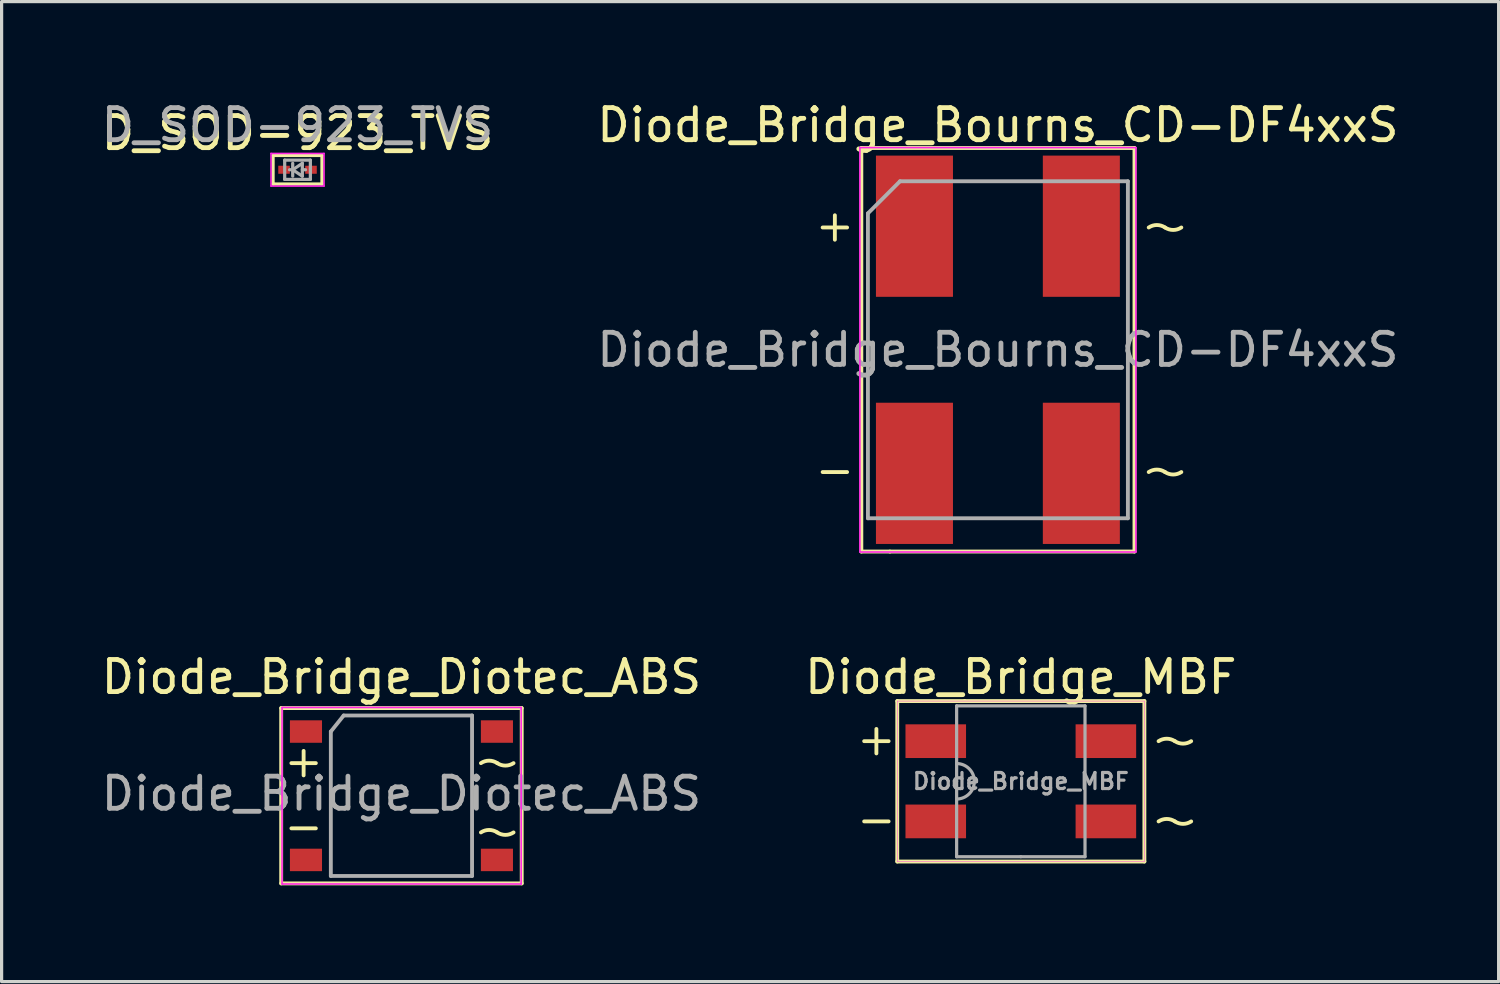
<source format=kicad_pcb>
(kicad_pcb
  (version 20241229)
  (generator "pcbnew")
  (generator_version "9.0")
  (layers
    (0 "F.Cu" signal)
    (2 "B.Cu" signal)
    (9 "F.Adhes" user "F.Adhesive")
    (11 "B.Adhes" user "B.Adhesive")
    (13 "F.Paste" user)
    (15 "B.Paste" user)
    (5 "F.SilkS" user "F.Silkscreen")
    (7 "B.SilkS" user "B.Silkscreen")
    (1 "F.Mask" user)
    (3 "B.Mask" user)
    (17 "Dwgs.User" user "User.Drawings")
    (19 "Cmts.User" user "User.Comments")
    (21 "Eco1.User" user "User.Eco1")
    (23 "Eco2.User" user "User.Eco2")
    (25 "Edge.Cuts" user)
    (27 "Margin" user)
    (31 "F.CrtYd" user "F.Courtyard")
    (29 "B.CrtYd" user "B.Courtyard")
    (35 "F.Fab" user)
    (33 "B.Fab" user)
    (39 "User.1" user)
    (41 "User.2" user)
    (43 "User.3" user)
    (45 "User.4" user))
  (footprint "Diode_Bridge_MBF"
    (layer "F.Cu")
    (at 28.756 21.293)
    (property "Reference" "Diode_Bridge_MBF" (at 0 -3.25 0) (unlocked yes) (layer "F.SilkS") (effects (font (size 1 1) (thickness 0.15))))
    (fp_line (start -4.881 -1.25) (end -4.119 -1.25) (stroke (width 0.12) (type solid)) (layer "F.SilkS"))
    (fp_line (start -4.881 1.25) (end -4.119 1.25) (stroke (width 0.12) (type solid)) (layer "F.SilkS"))
    (fp_line (start -4.5 -1.631) (end -4.5 -0.869) (stroke (width 0.12) (type solid)) (layer "F.SilkS"))
    (fp_line (start -3.85 -2.5) (end -3.85 2.5) (stroke (width 0.12) (type solid)) (layer "F.SilkS"))
    (fp_line (start -3.85 2.5) (end 3.85 2.5) (stroke (width 0.12) (type solid)) (layer "F.SilkS"))
    (fp_line (start -1.75 -2.5) (end -3.85 -2.5) (stroke (width 0.12) (type solid)) (layer "F.SilkS"))
    (fp_line (start 3.85 -2.5) (end -1.75 -2.5) (stroke (width 0.12) (type solid)) (layer "F.SilkS"))
    (fp_line (start 3.85 -2.5) (end 3.85 2.5) (stroke (width 0.12) (type solid)) (layer "F.SilkS"))
    (fp_arc (start 4.291999 1.250001) (mid 4.545998 1.173096) (end 4.799997 1.250001) (stroke (width 0.12) (type solid)) (layer "F.SilkS"))
    (fp_arc (start 4.292002 -1.25) (mid 4.546001 -1.326905) (end 4.8 -1.25) (stroke (width 0.12) (type solid)) (layer "F.SilkS"))
    (fp_arc (start 5.307998 1.25) (mid 5.053999 1.326905) (end 4.8 1.25) (stroke (width 0.12) (type solid)) (layer "F.SilkS"))
    (fp_arc (start 5.308001 -1.250001) (mid 5.054002 -1.173096) (end 4.800003 -1.250001) (stroke (width 0.12) (type solid)) (layer "F.SilkS"))
    (fp_line (start -3.85 -2.5) (end -3.85 2.5) (stroke (width 0.013) (type solid)) (layer "F.CrtYd"))
    (fp_line (start -3.85 2.5) (end 3.85 2.5) (stroke (width 0.013) (type solid)) (layer "F.CrtYd"))
    (fp_line (start 3.85 -2.5) (end -3.85 -2.5) (stroke (width 0.013) (type solid)) (layer "F.CrtYd"))
    (fp_line (start 3.85 2.5) (end 3.85 -2.5) (stroke (width 0.013) (type solid)) (layer "F.CrtYd"))
    (fp_line (start -2 -2.35) (end 2 -2.35) (stroke (width 0.1) (type solid)) (layer "F.Fab"))
    (fp_line (start -2 0) (end -2 -2.35) (stroke (width 0.1) (type solid)) (layer "F.Fab"))
    (fp_line (start -2 2.35) (end -2 0) (stroke (width 0.1) (type solid)) (layer "F.Fab"))
    (fp_line (start 0 2.35) (end -2 2.35) (stroke (width 0.1) (type solid)) (layer "F.Fab"))
    (fp_line (start 2 -2.35) (end 2 2.35) (stroke (width 0.1) (type solid)) (layer "F.Fab"))
    (fp_line (start 2 2.35) (end 0 2.35) (stroke (width 0.1) (type solid)) (layer "F.Fab"))
    (fp_arc (start -2 -0.552268) (mid -1.448299 -0.025026) (end -1.95 0.55) (stroke (width 0.1) (type solid)) (layer "F.Fab"))
    (fp_text user "${REFERENCE}" (at 0 0 0) (layer "F.Fab") (effects (font (size 0.5 0.5) (thickness 0.1))))
    (pad "1" smd rect (at -2.65 -1.25) (size 1.887 1.05) (layers "F.Cu" "F.Mask" "F.Paste"))
    (pad "2" smd rect (at -2.65 1.25) (size 1.887 1.05) (layers "F.Cu" "F.Mask" "F.Paste"))
    (pad "3" smd rect (at 2.65 1.25) (size 1.887 1.05) (layers "F.Cu" "F.Mask" "F.Paste"))
    (pad "4" smd rect (at 2.65 -1.25) (size 1.887 1.05) (layers "F.Cu" "F.Mask" "F.Paste")))
  (footprint "D_SOD-923_TVS"
    (layer "F.Cu")
    (at 6.22 2.239)
    (property "Reference" "D_SOD-923_TVS" (at 0 -1.143 0) (layer "F.SilkS") (effects (font (size 1 1) (thickness 0.15))))
    (attr smd)
    (fp_line (start -0.762 -0.445) (end -0.762 0.445) (stroke (width 0.1) (type solid)) (layer "F.SilkS"))
    (fp_line (start -0.762 0.445) (end 0.762 0.445) (stroke (width 0.1) (type solid)) (layer "F.SilkS"))
    (fp_line (start 0.762 -0.445) (end -0.762 -0.445) (stroke (width 0.1) (type solid)) (layer "F.SilkS"))
    (fp_line (start 0.762 0.445) (end 0.762 -0.445) (stroke (width 0.1) (type solid)) (layer "F.SilkS"))
    (fp_line (start -0.826 -0.508) (end -0.826 0.508) (stroke (width 0.05) (type solid)) (layer "F.CrtYd"))
    (fp_line (start -0.826 -0.508) (end 0.826 -0.508) (stroke (width 0.05) (type solid)) (layer "F.CrtYd"))
    (fp_line (start 0.826 -0.508) (end 0.826 0.508) (stroke (width 0.05) (type solid)) (layer "F.CrtYd"))
    (fp_line (start 0.826 0.508) (end -0.826 0.508) (stroke (width 0.05) (type solid)) (layer "F.CrtYd"))
    (fp_line (start -0.4 -0.3) (end 0.4 -0.3) (stroke (width 0.1) (type solid)) (layer "F.Fab"))
    (fp_line (start -0.4 0.3) (end -0.4 -0.3) (stroke (width 0.1) (type solid)) (layer "F.Fab"))
    (fp_line (start -0.15 0) (end -0.25 0) (stroke (width 0.1) (type solid)) (layer "F.Fab"))
    (fp_line (start -0.15 0) (end 0.15 0.2) (stroke (width 0.1) (type solid)) (layer "F.Fab"))
    (fp_line (start -0.15 0.2) (end -0.15 -0.2) (stroke (width 0.1) (type solid)) (layer "F.Fab"))
    (fp_line (start 0.15 -0.2) (end -0.15 0) (stroke (width 0.1) (type solid)) (layer "F.Fab"))
    (fp_line (start 0.15 0) (end 0.25 0) (stroke (width 0.1) (type solid)) (layer "F.Fab"))
    (fp_line (start 0.15 0.2) (end 0.15 -0.2) (stroke (width 0.1) (type solid)) (layer "F.Fab"))
    (fp_line (start 0.4 -0.3) (end 0.4 0.3) (stroke (width 0.1) (type solid)) (layer "F.Fab"))
    (fp_line (start 0.4 0.3) (end -0.4 0.3) (stroke (width 0.1) (type solid)) (layer "F.Fab"))
    (fp_text user "${REFERENCE}" (at 0 -1.391 0) (layer "F.Fab") (effects (font (size 1 1) (thickness 0.15))))
    (pad "1" smd rect (at -0.42 0 180) (size 0.36 0.25) (layers "F.Cu" "F.Mask" "F.Paste"))
    (pad "2" smd rect (at 0.42 0 180) (size 0.36 0.25) (layers "F.Cu" "F.Mask" "F.Paste")))
  (footprint "Diode_Bridge_Bourns_CD-DF4xxS"
    (layer "F.Cu")
    (at 28.042 7.848)
    (property "Reference" "Diode_Bridge_Bourns_CD-DF4xxS" (at 0 -7 0) (layer "F.SilkS") (effects (font (size 1 1) (thickness 0.15))))
    (attr smd)
    (fp_line (start -5.461 -3.81) (end -4.699 -3.81) (stroke (width 0.12) (type solid)) (layer "F.SilkS"))
    (fp_line (start -5.461 3.81) (end -4.699 3.81) (stroke (width 0.12) (type solid)) (layer "F.SilkS"))
    (fp_line (start -5.08 -4.191) (end -5.08 -3.429) (stroke (width 0.12) (type solid)) (layer "F.SilkS"))
    (fp_line (start -4.255 -6.287) (end 4.255 -6.287) (stroke (width 0.12) (type solid)) (layer "F.SilkS"))
    (fp_line (start -4.255 6.287) (end -4.255 -6.287) (stroke (width 0.12) (type solid)) (layer "F.SilkS"))
    (fp_line (start -3.365 6.287) (end -4.255 6.287) (stroke (width 0.12) (type solid)) (layer "F.SilkS"))
    (fp_line (start 4.255 -6.287) (end 4.255 6.287) (stroke (width 0.12) (type solid)) (layer "F.SilkS"))
    (fp_line (start 4.255 6.287) (end -3.365 6.287) (stroke (width 0.12) (type solid)) (layer "F.SilkS"))
    (fp_arc (start 4.699001 -3.809999) (mid 4.953 -3.886904) (end 5.206999 -3.809999) (stroke (width 0.12) (type solid)) (layer "F.SilkS"))
    (fp_arc (start 4.699001 3.810001) (mid 4.953 3.733096) (end 5.206999 3.810001) (stroke (width 0.12) (type solid)) (layer "F.SilkS"))
    (fp_arc (start 5.715 -3.81) (mid 5.461001 -3.733095) (end 5.207002 -3.81) (stroke (width 0.12) (type solid)) (layer "F.SilkS"))
    (fp_arc (start 5.715 3.81) (mid 5.461001 3.886905) (end 5.207002 3.81) (stroke (width 0.12) (type solid)) (layer "F.SilkS"))
    (fp_line (start -4.3 -6.3) (end -4.3 6.3) (stroke (width 0.05) (type solid)) (layer "F.CrtYd"))
    (fp_line (start -4.3 -6.3) (end 4.3 -6.3) (stroke (width 0.05) (type solid)) (layer "F.CrtYd"))
    (fp_line (start 4.3 6.3) (end -4.3 6.3) (stroke (width 0.05) (type solid)) (layer "F.CrtYd"))
    (fp_line (start 4.3 6.3) (end 4.3 -6.3) (stroke (width 0.05) (type solid)) (layer "F.CrtYd"))
    (fp_line (start -4.05 -4.25) (end -3.05 -5.25) (stroke (width 0.12) (type solid)) (layer "F.Fab"))
    (fp_line (start -4.05 5.25) (end -4.05 -4.25) (stroke (width 0.12) (type solid)) (layer "F.Fab"))
    (fp_line (start -3.05 -5.25) (end 4.05 -5.25) (stroke (width 0.12) (type solid)) (layer "F.Fab"))
    (fp_line (start 4.05 -5.25) (end 4.05 5.25) (stroke (width 0.12) (type solid)) (layer "F.Fab"))
    (fp_line (start 4.05 5.25) (end -4.05 5.25) (stroke (width 0.12) (type solid)) (layer "F.Fab"))
    (fp_text user "${REFERENCE}" (at 0 0 0) (layer "F.Fab") (effects (font (size 1 1) (thickness 0.15))))
    (pad "1" smd rect (at -2.6 -3.85) (size 2.4 4.4) (layers "F.Cu" "F.Mask" "F.Paste"))
    (pad "2" smd rect (at -2.6 3.85) (size 2.4 4.4) (layers "F.Cu" "F.Mask" "F.Paste"))
    (pad "3" smd rect (at 2.6 3.85) (size 2.4 4.4) (layers "F.Cu" "F.Mask" "F.Paste"))
    (pad "4" smd rect (at 2.6 -3.85) (size 2.4 4.4) (layers "F.Cu" "F.Mask" "F.Paste")))
  (footprint "Diode_Bridge_Diotec_ABS"
    (layer "F.Cu")
    (at 9.458 21.743)
    (property "Reference" "Diode_Bridge_Diotec_ABS" (at 0 -3.7 0) (layer "F.SilkS") (effects (font (size 1 1) (thickness 0.15))))
    (attr smd)
    (fp_line (start -3.747 -2.731) (end -3.747 2.731) (stroke (width 0.12) (type solid)) (layer "F.SilkS"))
    (fp_line (start -3.747 2.731) (end 3.747 2.731) (stroke (width 0.12) (type solid)) (layer "F.SilkS"))
    (fp_line (start -3.429 -1.016) (end -2.667 -1.016) (stroke (width 0.12) (type solid)) (layer "F.SilkS"))
    (fp_line (start -3.429 1.016) (end -2.667 1.016) (stroke (width 0.12) (type solid)) (layer "F.SilkS"))
    (fp_line (start -3.048 -1.397) (end -3.048 -0.635) (stroke (width 0.12) (type solid)) (layer "F.SilkS"))
    (fp_line (start 3.747 -2.731) (end -3.747 -2.731) (stroke (width 0.12) (type solid)) (layer "F.SilkS"))
    (fp_line (start 3.747 2.731) (end 3.747 -2.731) (stroke (width 0.12) (type solid)) (layer "F.SilkS"))
    (fp_arc (start 2.476501 -1.015999) (mid 2.7305 -1.092904) (end 2.984499 -1.015999) (stroke (width 0.12) (type solid)) (layer "F.SilkS"))
    (fp_arc (start 2.476501 1.143001) (mid 2.7305 1.066096) (end 2.984499 1.143001) (stroke (width 0.12) (type solid)) (layer "F.SilkS"))
    (fp_arc (start 3.4925 -1.016) (mid 3.238501 -0.939095) (end 2.984502 -1.016) (stroke (width 0.12) (type solid)) (layer "F.SilkS"))
    (fp_arc (start 3.4925 1.143) (mid 3.238501 1.219905) (end 2.984502 1.143) (stroke (width 0.12) (type solid)) (layer "F.SilkS"))
    (fp_line (start -3.72 -2.75) (end -3.72 2.75) (stroke (width 0.05) (type solid)) (layer "F.CrtYd"))
    (fp_line (start -3.72 -2.75) (end 3.73 -2.75) (stroke (width 0.05) (type solid)) (layer "F.CrtYd"))
    (fp_line (start 3.73 2.75) (end -3.72 2.75) (stroke (width 0.05) (type solid)) (layer "F.CrtYd"))
    (fp_line (start 3.73 2.75) (end 3.73 -2.75) (stroke (width 0.05) (type solid)) (layer "F.CrtYd"))
    (fp_line (start -2.2 -2) (end -2.2 2.5) (stroke (width 0.12) (type solid)) (layer "F.Fab"))
    (fp_line (start -2.2 2.5) (end 2.2 2.5) (stroke (width 0.12) (type solid)) (layer "F.Fab"))
    (fp_line (start -1.8 -2.5) (end -2.2 -2) (stroke (width 0.12) (type solid)) (layer "F.Fab"))
    (fp_line (start 2.2 -2.5) (end -1.8 -2.5) (stroke (width 0.12) (type solid)) (layer "F.Fab"))
    (fp_line (start 2.2 2.5) (end 2.2 -2.5) (stroke (width 0.12) (type solid)) (layer "F.Fab"))
    (fp_text user "${REFERENCE}" (at 0 -0.065 0) (layer "F.Fab") (effects (font (size 1 1) (thickness 0.15))))
    (pad "1" smd rect (at -2.975 -2) (size 1 0.7) (layers "F.Cu" "F.Mask" "F.Paste"))
    (pad "2" smd rect (at -2.975 2) (size 1 0.7) (layers "F.Cu" "F.Mask" "F.Paste"))
    (pad "3" smd rect (at 2.975 2) (size 1 0.7) (layers "F.Cu" "F.Mask" "F.Paste"))
    (pad "4" smd rect (at 2.975 -2) (size 1 0.7) (layers "F.Cu" "F.Mask" "F.Paste")))
  (gr_rect
    (start -3 -3)
    (end 43.643 27.534)
    (stroke (width 0.1) (type default))
    (fill no)
    (layer "Edge.Cuts")))
</source>
